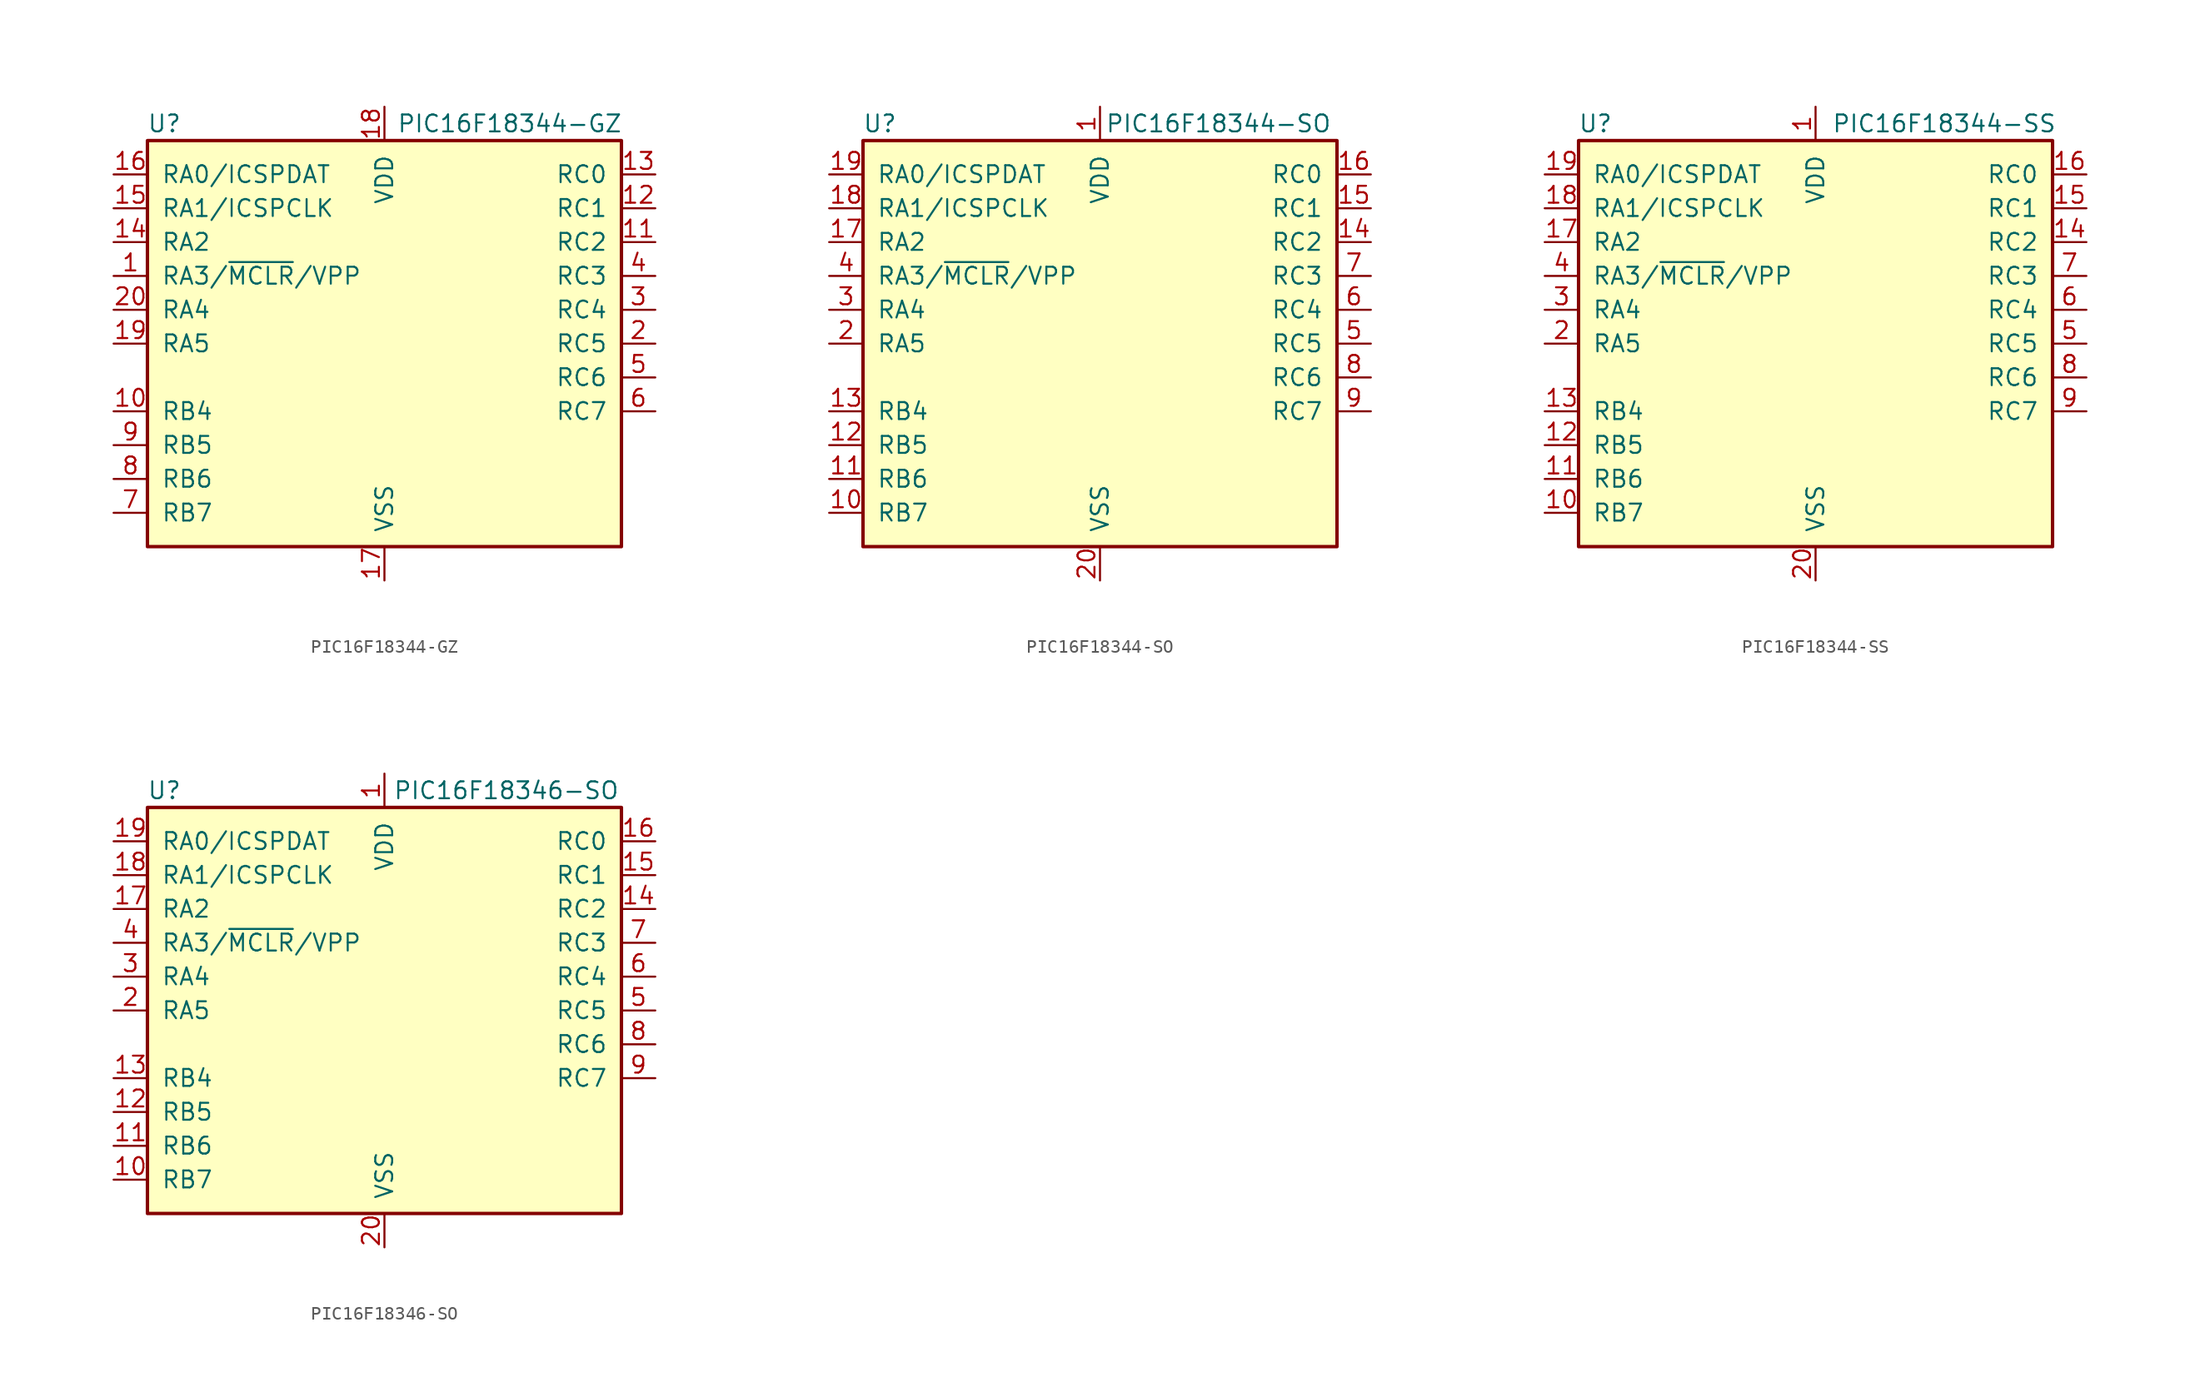
<source format=kicad_sym>
(kicad_symbol_lib
  (version 20220914)
  (generator kicad_symbol_editor)
  (symbol "PIC16F18344-GZ"
    (pin_names
      (offset 1.016))
    (property "Reference" "U"
      (at -16.51 16.51 0)
      (effects (font (size 1.27 1.27))))
    (property "Value" "PIC16F18344-GZ"
      (at 9.398 16.51 0)
      (effects (font (size 1.27 1.27))))
    (symbol "PIC16F18344-GZ_0_1"
      (rectangle (start -17.78 15.24) (end 17.78 -15.24) (stroke (width 0.254) (type default)) (fill (type background))))
    (symbol "PIC16F18344-GZ_1_1"
      (pin bidirectional line (at -20.32 5.08 0) (length 2.54) (name "RA3/~{MCLR}/VPP" (effects (font (size 1.27 1.27)))) (number "1" (effects (font (size 1.27 1.27)))))
      (pin bidirectional line (at -20.32 -5.08 0) (length 2.54) (name "RB4" (effects (font (size 1.27 1.27)))) (number "10" (effects (font (size 1.27 1.27)))))
      (pin bidirectional line (at 20.32 7.62 180) (length 2.54) (name "RC2" (effects (font (size 1.27 1.27)))) (number "11" (effects (font (size 1.27 1.27)))))
      (pin bidirectional line (at 20.32 10.16 180) (length 2.54) (name "RC1" (effects (font (size 1.27 1.27)))) (number "12" (effects (font (size 1.27 1.27)))))
      (pin bidirectional line (at 20.32 12.7 180) (length 2.54) (name "RC0" (effects (font (size 1.27 1.27)))) (number "13" (effects (font (size 1.27 1.27)))))
      (pin bidirectional line (at -20.32 7.62 0) (length 2.54) (name "RA2" (effects (font (size 1.27 1.27)))) (number "14" (effects (font (size 1.27 1.27)))))
      (pin bidirectional line (at -20.32 10.16 0) (length 2.54) (name "RA1/ICSPCLK" (effects (font (size 1.27 1.27)))) (number "15" (effects (font (size 1.27 1.27)))))
      (pin bidirectional line (at -20.32 12.7 0) (length 2.54) (name "RA0/ICSPDAT" (effects (font (size 1.27 1.27)))) (number "16" (effects (font (size 1.27 1.27)))))
      (pin power_in line (at 0 -17.78 90) (length 2.54) (name "VSS" (effects (font (size 1.27 1.27)))) (number "17" (effects (font (size 1.27 1.27)))))
      (pin power_in line (at 0 17.78 270) (length 2.54) (name "VDD" (effects (font (size 1.27 1.27)))) (number "18" (effects (font (size 1.27 1.27)))))
      (pin bidirectional line (at -20.32 0 0) (length 2.54) (name "RA5" (effects (font (size 1.27 1.27)))) (number "19" (effects (font (size 1.27 1.27)))))
      (pin bidirectional line (at 20.32 0 180) (length 2.54) (name "RC5" (effects (font (size 1.27 1.27)))) (number "2" (effects (font (size 1.27 1.27)))))
      (pin bidirectional line (at -20.32 2.54 0) (length 2.54) (name "RA4" (effects (font (size 1.27 1.27)))) (number "20" (effects (font (size 1.27 1.27)))))
      (pin bidirectional line (at 20.32 2.54 180) (length 2.54) (name "RC4" (effects (font (size 1.27 1.27)))) (number "3" (effects (font (size 1.27 1.27)))))
      (pin bidirectional line (at 20.32 5.08 180) (length 2.54) (name "RC3" (effects (font (size 1.27 1.27)))) (number "4" (effects (font (size 1.27 1.27)))))
      (pin bidirectional line (at 20.32 -2.54 180) (length 2.54) (name "RC6" (effects (font (size 1.27 1.27)))) (number "5" (effects (font (size 1.27 1.27)))))
      (pin bidirectional line (at 20.32 -5.08 180) (length 2.54) (name "RC7" (effects (font (size 1.27 1.27)))) (number "6" (effects (font (size 1.27 1.27)))))
      (pin bidirectional line (at -20.32 -12.7 0) (length 2.54) (name "RB7" (effects (font (size 1.27 1.27)))) (number "7" (effects (font (size 1.27 1.27)))))
      (pin bidirectional line (at -20.32 -10.16 0) (length 2.54) (name "RB6" (effects (font (size 1.27 1.27)))) (number "8" (effects (font (size 1.27 1.27)))))
      (pin bidirectional line (at -20.32 -7.62 0) (length 2.54) (name "RB5" (effects (font (size 1.27 1.27)))) (number "9" (effects (font (size 1.27 1.27)))))))
  (symbol "PIC16F18344-SO"
    (pin_names
      (offset 1.016))
    (property "Reference" "U"
      (at -16.51 16.51 0)
      (effects (font (size 1.27 1.27))))
    (property "Value" "PIC16F18344-SO"
      (at 8.89 16.51 0)
      (effects (font (size 1.27 1.27))))
    (symbol "PIC16F18344-SO_0_1"
      (rectangle (start -17.78 15.24) (end 17.78 -15.24) (stroke (width 0.254) (type default)) (fill (type background))))
    (symbol "PIC16F18344-SO_1_1"
      (pin power_in line (at 0 17.78 270) (length 2.54) (name "VDD" (effects (font (size 1.27 1.27)))) (number "1" (effects (font (size 1.27 1.27)))))
      (pin bidirectional line (at -20.32 -12.7 0) (length 2.54) (name "RB7" (effects (font (size 1.27 1.27)))) (number "10" (effects (font (size 1.27 1.27)))))
      (pin bidirectional line (at -20.32 -10.16 0) (length 2.54) (name "RB6" (effects (font (size 1.27 1.27)))) (number "11" (effects (font (size 1.27 1.27)))))
      (pin bidirectional line (at -20.32 -7.62 0) (length 2.54) (name "RB5" (effects (font (size 1.27 1.27)))) (number "12" (effects (font (size 1.27 1.27)))))
      (pin bidirectional line (at -20.32 -5.08 0) (length 2.54) (name "RB4" (effects (font (size 1.27 1.27)))) (number "13" (effects (font (size 1.27 1.27)))))
      (pin bidirectional line (at 20.32 7.62 180) (length 2.54) (name "RC2" (effects (font (size 1.27 1.27)))) (number "14" (effects (font (size 1.27 1.27)))))
      (pin bidirectional line (at 20.32 10.16 180) (length 2.54) (name "RC1" (effects (font (size 1.27 1.27)))) (number "15" (effects (font (size 1.27 1.27)))))
      (pin bidirectional line (at 20.32 12.7 180) (length 2.54) (name "RC0" (effects (font (size 1.27 1.27)))) (number "16" (effects (font (size 1.27 1.27)))))
      (pin bidirectional line (at -20.32 7.62 0) (length 2.54) (name "RA2" (effects (font (size 1.27 1.27)))) (number "17" (effects (font (size 1.27 1.27)))))
      (pin bidirectional line (at -20.32 10.16 0) (length 2.54) (name "RA1/ICSPCLK" (effects (font (size 1.27 1.27)))) (number "18" (effects (font (size 1.27 1.27)))))
      (pin bidirectional line (at -20.32 12.7 0) (length 2.54) (name "RA0/ICSPDAT" (effects (font (size 1.27 1.27)))) (number "19" (effects (font (size 1.27 1.27)))))
      (pin bidirectional line (at -20.32 0 0) (length 2.54) (name "RA5" (effects (font (size 1.27 1.27)))) (number "2" (effects (font (size 1.27 1.27)))))
      (pin power_in line (at 0 -17.78 90) (length 2.54) (name "VSS" (effects (font (size 1.27 1.27)))) (number "20" (effects (font (size 1.27 1.27)))))
      (pin bidirectional line (at -20.32 2.54 0) (length 2.54) (name "RA4" (effects (font (size 1.27 1.27)))) (number "3" (effects (font (size 1.27 1.27)))))
      (pin bidirectional line (at -20.32 5.08 0) (length 2.54) (name "RA3/~{MCLR}/VPP" (effects (font (size 1.27 1.27)))) (number "4" (effects (font (size 1.27 1.27)))))
      (pin bidirectional line (at 20.32 0 180) (length 2.54) (name "RC5" (effects (font (size 1.27 1.27)))) (number "5" (effects (font (size 1.27 1.27)))))
      (pin bidirectional line (at 20.32 2.54 180) (length 2.54) (name "RC4" (effects (font (size 1.27 1.27)))) (number "6" (effects (font (size 1.27 1.27)))))
      (pin bidirectional line (at 20.32 5.08 180) (length 2.54) (name "RC3" (effects (font (size 1.27 1.27)))) (number "7" (effects (font (size 1.27 1.27)))))
      (pin bidirectional line (at 20.32 -2.54 180) (length 2.54) (name "RC6" (effects (font (size 1.27 1.27)))) (number "8" (effects (font (size 1.27 1.27)))))
      (pin bidirectional line (at 20.32 -5.08 180) (length 2.54) (name "RC7" (effects (font (size 1.27 1.27)))) (number "9" (effects (font (size 1.27 1.27)))))))
  (symbol "PIC16F18344-SS"
    (pin_names
      (offset 1.016))
    (property "Reference" "U"
      (at -16.51 16.51 0)
      (effects (font (size 1.27 1.27))))
    (property "Value" "PIC16F18344-SS"
      (at 9.652 16.51 0)
      (effects (font (size 1.27 1.27))))
    (symbol "PIC16F18344-SS_0_1"
      (rectangle (start -17.78 15.24) (end 17.78 -15.24) (stroke (width 0.254) (type default)) (fill (type background))))
    (symbol "PIC16F18344-SS_1_1"
      (pin power_in line (at 0 17.78 270) (length 2.54) (name "VDD" (effects (font (size 1.27 1.27)))) (number "1" (effects (font (size 1.27 1.27)))))
      (pin bidirectional line (at -20.32 -12.7 0) (length 2.54) (name "RB7" (effects (font (size 1.27 1.27)))) (number "10" (effects (font (size 1.27 1.27)))))
      (pin bidirectional line (at -20.32 -10.16 0) (length 2.54) (name "RB6" (effects (font (size 1.27 1.27)))) (number "11" (effects (font (size 1.27 1.27)))))
      (pin bidirectional line (at -20.32 -7.62 0) (length 2.54) (name "RB5" (effects (font (size 1.27 1.27)))) (number "12" (effects (font (size 1.27 1.27)))))
      (pin bidirectional line (at -20.32 -5.08 0) (length 2.54) (name "RB4" (effects (font (size 1.27 1.27)))) (number "13" (effects (font (size 1.27 1.27)))))
      (pin bidirectional line (at 20.32 7.62 180) (length 2.54) (name "RC2" (effects (font (size 1.27 1.27)))) (number "14" (effects (font (size 1.27 1.27)))))
      (pin bidirectional line (at 20.32 10.16 180) (length 2.54) (name "RC1" (effects (font (size 1.27 1.27)))) (number "15" (effects (font (size 1.27 1.27)))))
      (pin bidirectional line (at 20.32 12.7 180) (length 2.54) (name "RC0" (effects (font (size 1.27 1.27)))) (number "16" (effects (font (size 1.27 1.27)))))
      (pin bidirectional line (at -20.32 7.62 0) (length 2.54) (name "RA2" (effects (font (size 1.27 1.27)))) (number "17" (effects (font (size 1.27 1.27)))))
      (pin bidirectional line (at -20.32 10.16 0) (length 2.54) (name "RA1/ICSPCLK" (effects (font (size 1.27 1.27)))) (number "18" (effects (font (size 1.27 1.27)))))
      (pin bidirectional line (at -20.32 12.7 0) (length 2.54) (name "RA0/ICSPDAT" (effects (font (size 1.27 1.27)))) (number "19" (effects (font (size 1.27 1.27)))))
      (pin bidirectional line (at -20.32 0 0) (length 2.54) (name "RA5" (effects (font (size 1.27 1.27)))) (number "2" (effects (font (size 1.27 1.27)))))
      (pin power_in line (at 0 -17.78 90) (length 2.54) (name "VSS" (effects (font (size 1.27 1.27)))) (number "20" (effects (font (size 1.27 1.27)))))
      (pin bidirectional line (at -20.32 2.54 0) (length 2.54) (name "RA4" (effects (font (size 1.27 1.27)))) (number "3" (effects (font (size 1.27 1.27)))))
      (pin bidirectional line (at -20.32 5.08 0) (length 2.54) (name "RA3/~{MCLR}/VPP" (effects (font (size 1.27 1.27)))) (number "4" (effects (font (size 1.27 1.27)))))
      (pin bidirectional line (at 20.32 0 180) (length 2.54) (name "RC5" (effects (font (size 1.27 1.27)))) (number "5" (effects (font (size 1.27 1.27)))))
      (pin bidirectional line (at 20.32 2.54 180) (length 2.54) (name "RC4" (effects (font (size 1.27 1.27)))) (number "6" (effects (font (size 1.27 1.27)))))
      (pin bidirectional line (at 20.32 5.08 180) (length 2.54) (name "RC3" (effects (font (size 1.27 1.27)))) (number "7" (effects (font (size 1.27 1.27)))))
      (pin bidirectional line (at 20.32 -2.54 180) (length 2.54) (name "RC6" (effects (font (size 1.27 1.27)))) (number "8" (effects (font (size 1.27 1.27)))))
      (pin bidirectional line (at 20.32 -5.08 180) (length 2.54) (name "RC7" (effects (font (size 1.27 1.27)))) (number "9" (effects (font (size 1.27 1.27)))))))
  (symbol "PIC16F18346-SO"
    (pin_names
      (offset 1.016))
    (property "Reference" "U"
      (at -16.51 16.51 0)
      (effects (font (size 1.27 1.27))))
    (property "Value" "PIC16F18346-SO"
      (at 9.144 16.51 0)
      (effects (font (size 1.27 1.27))))
    (symbol "PIC16F18346-SO_0_1"
      (rectangle (start -17.78 15.24) (end 17.78 -15.24) (stroke (width 0.254) (type default)) (fill (type background))))
    (symbol "PIC16F18346-SO_1_1"
      (pin power_in line (at 0 17.78 270) (length 2.54) (name "VDD" (effects (font (size 1.27 1.27)))) (number "1" (effects (font (size 1.27 1.27)))))
      (pin bidirectional line (at -20.32 -12.7 0) (length 2.54) (name "RB7" (effects (font (size 1.27 1.27)))) (number "10" (effects (font (size 1.27 1.27)))))
      (pin bidirectional line (at -20.32 -10.16 0) (length 2.54) (name "RB6" (effects (font (size 1.27 1.27)))) (number "11" (effects (font (size 1.27 1.27)))))
      (pin bidirectional line (at -20.32 -7.62 0) (length 2.54) (name "RB5" (effects (font (size 1.27 1.27)))) (number "12" (effects (font (size 1.27 1.27)))))
      (pin bidirectional line (at -20.32 -5.08 0) (length 2.54) (name "RB4" (effects (font (size 1.27 1.27)))) (number "13" (effects (font (size 1.27 1.27)))))
      (pin bidirectional line (at 20.32 7.62 180) (length 2.54) (name "RC2" (effects (font (size 1.27 1.27)))) (number "14" (effects (font (size 1.27 1.27)))))
      (pin bidirectional line (at 20.32 10.16 180) (length 2.54) (name "RC1" (effects (font (size 1.27 1.27)))) (number "15" (effects (font (size 1.27 1.27)))))
      (pin bidirectional line (at 20.32 12.7 180) (length 2.54) (name "RC0" (effects (font (size 1.27 1.27)))) (number "16" (effects (font (size 1.27 1.27)))))
      (pin bidirectional line (at -20.32 7.62 0) (length 2.54) (name "RA2" (effects (font (size 1.27 1.27)))) (number "17" (effects (font (size 1.27 1.27)))))
      (pin bidirectional line (at -20.32 10.16 0) (length 2.54) (name "RA1/ICSPCLK" (effects (font (size 1.27 1.27)))) (number "18" (effects (font (size 1.27 1.27)))))
      (pin bidirectional line (at -20.32 12.7 0) (length 2.54) (name "RA0/ICSPDAT" (effects (font (size 1.27 1.27)))) (number "19" (effects (font (size 1.27 1.27)))))
      (pin bidirectional line (at -20.32 0 0) (length 2.54) (name "RA5" (effects (font (size 1.27 1.27)))) (number "2" (effects (font (size 1.27 1.27)))))
      (pin power_in line (at 0 -17.78 90) (length 2.54) (name "VSS" (effects (font (size 1.27 1.27)))) (number "20" (effects (font (size 1.27 1.27)))))
      (pin bidirectional line (at -20.32 2.54 0) (length 2.54) (name "RA4" (effects (font (size 1.27 1.27)))) (number "3" (effects (font (size 1.27 1.27)))))
      (pin bidirectional line (at -20.32 5.08 0) (length 2.54) (name "RA3/~{MCLR}/VPP" (effects (font (size 1.27 1.27)))) (number "4" (effects (font (size 1.27 1.27)))))
      (pin bidirectional line (at 20.32 0 180) (length 2.54) (name "RC5" (effects (font (size 1.27 1.27)))) (number "5" (effects (font (size 1.27 1.27)))))
      (pin bidirectional line (at 20.32 2.54 180) (length 2.54) (name "RC4" (effects (font (size 1.27 1.27)))) (number "6" (effects (font (size 1.27 1.27)))))
      (pin bidirectional line (at 20.32 5.08 180) (length 2.54) (name "RC3" (effects (font (size 1.27 1.27)))) (number "7" (effects (font (size 1.27 1.27)))))
      (pin bidirectional line (at 20.32 -2.54 180) (length 2.54) (name "RC6" (effects (font (size 1.27 1.27)))) (number "8" (effects (font (size 1.27 1.27)))))
      (pin bidirectional line (at 20.32 -5.08 180) (length 2.54) (name "RC7" (effects (font (size 1.27 1.27)))) (number "9" (effects (font (size 1.27 1.27))))))))
</source>
